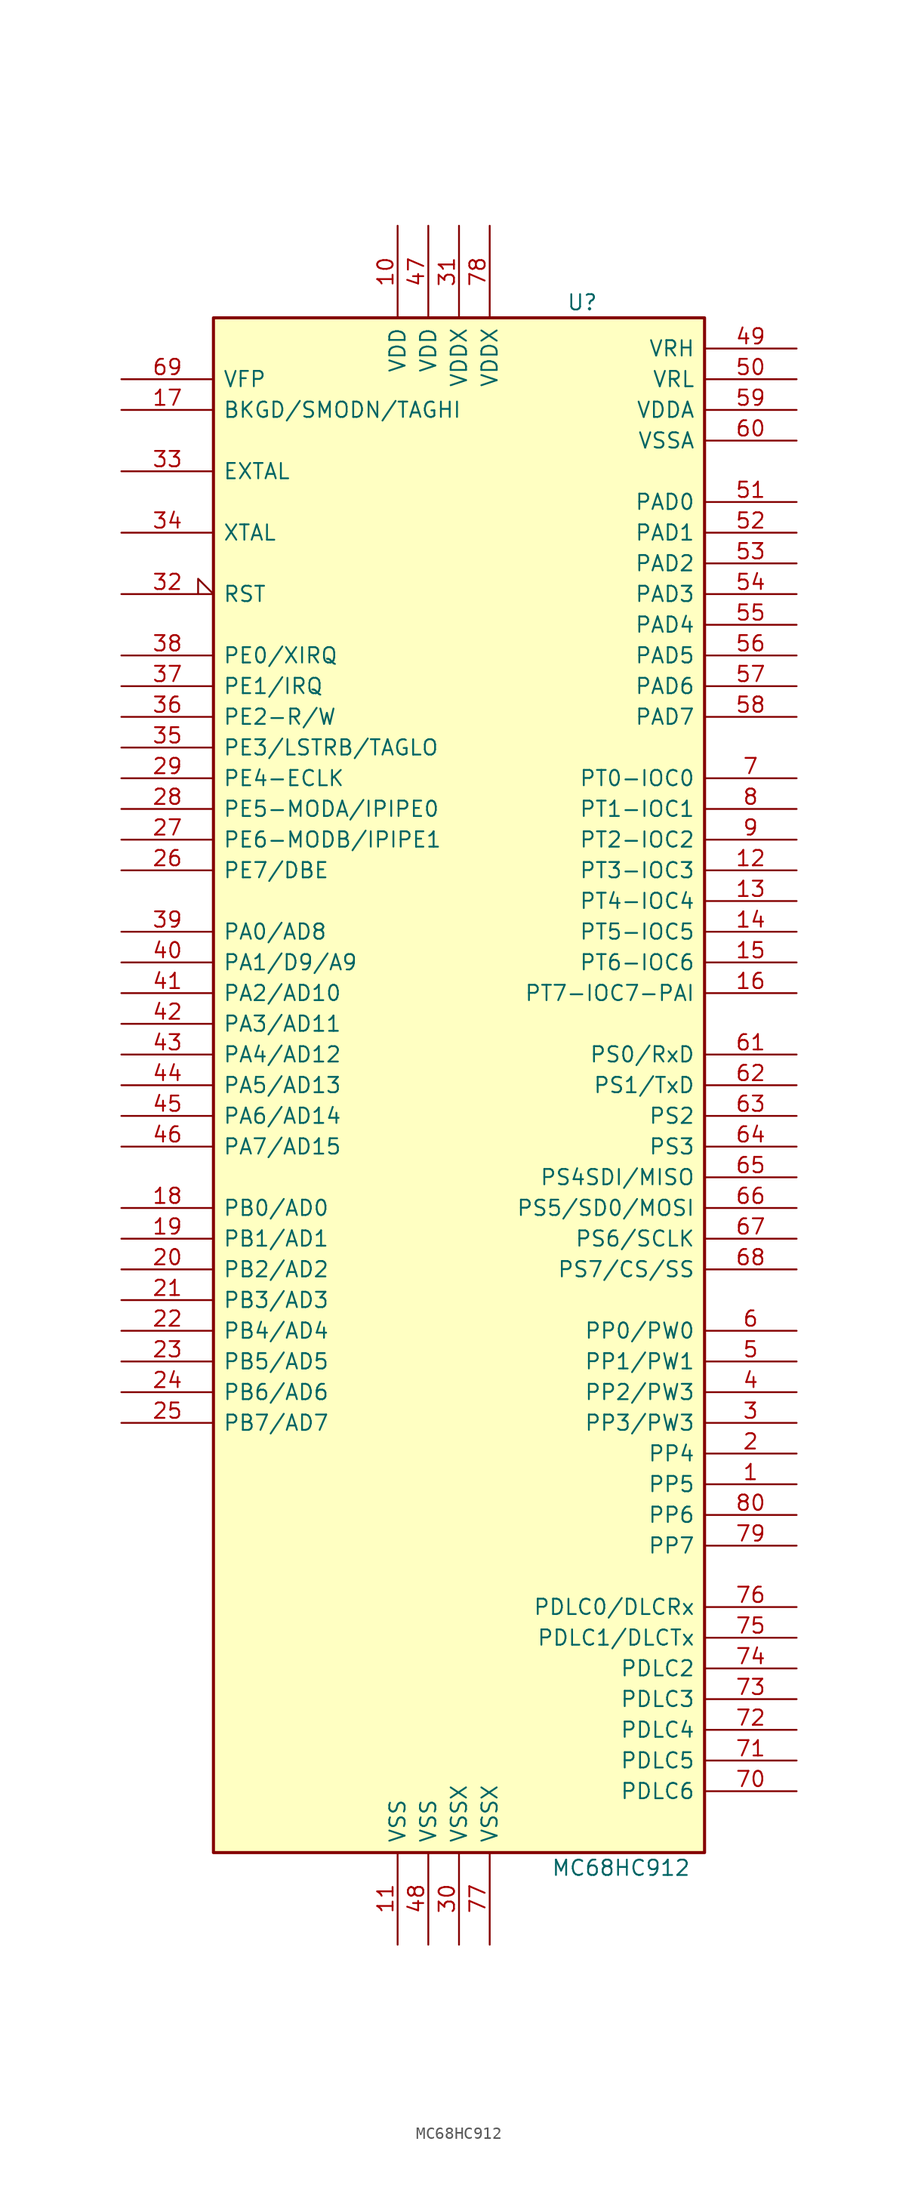
<source format=kicad_sym>
(kicad_symbol_lib
  (version 20220914)
  (generator kicad_symbol_editor)
  (symbol "MC68HC912"
    (pin_names
      (offset 0.762))
    (property "Reference" "U"
      (at 8.89 67.31 0)
      (effects (font (size 1.27 1.27)) (justify left)))
    (property "Value" "MC68HC912"
      (at 7.62 -62.23 0)
      (effects (font (size 1.27 1.27)) (justify left)))
    (symbol "MC68HC912_0_1"
      (rectangle (start -20.32 -60.96) (end 20.32 66.04) (stroke (width 0.254) (type default)) (fill (type background))))
    (symbol "MC68HC912_1_1"
      (pin bidirectional line (at 27.94 -30.48 180) (length 7.62) (name "PP5" (effects (font (size 1.27 1.27)))) (number "1" (effects (font (size 1.27 1.27)))))
      (pin power_in line (at -5.08 73.66 270) (length 7.62) (name "VDD" (effects (font (size 1.27 1.27)))) (number "10" (effects (font (size 1.27 1.27)))))
      (pin power_in line (at -5.08 -68.58 90) (length 7.62) (name "VSS" (effects (font (size 1.27 1.27)))) (number "11" (effects (font (size 1.27 1.27)))))
      (pin bidirectional line (at 27.94 20.32 180) (length 7.62) (name "PT3-IOC3" (effects (font (size 1.27 1.27)))) (number "12" (effects (font (size 1.27 1.27)))))
      (pin bidirectional line (at 27.94 17.78 180) (length 7.62) (name "PT4-IOC4" (effects (font (size 1.27 1.27)))) (number "13" (effects (font (size 1.27 1.27)))))
      (pin bidirectional line (at 27.94 15.24 180) (length 7.62) (name "PT5-IOC5" (effects (font (size 1.27 1.27)))) (number "14" (effects (font (size 1.27 1.27)))))
      (pin bidirectional line (at 27.94 12.7 180) (length 7.62) (name "PT6-IOC6" (effects (font (size 1.27 1.27)))) (number "15" (effects (font (size 1.27 1.27)))))
      (pin bidirectional line (at 27.94 10.16 180) (length 7.62) (name "PT7-IOC7-PAI" (effects (font (size 1.27 1.27)))) (number "16" (effects (font (size 1.27 1.27)))))
      (pin bidirectional line (at -27.94 58.42 0) (length 7.62) (name "BKGD/SMODN/TAGHI" (effects (font (size 1.27 1.27)))) (number "17" (effects (font (size 1.27 1.27)))))
      (pin bidirectional line (at -27.94 -7.62 0) (length 7.62) (name "PB0/AD0" (effects (font (size 1.27 1.27)))) (number "18" (effects (font (size 1.27 1.27)))))
      (pin bidirectional line (at -27.94 -10.16 0) (length 7.62) (name "PB1/AD1" (effects (font (size 1.27 1.27)))) (number "19" (effects (font (size 1.27 1.27)))))
      (pin bidirectional line (at 27.94 -27.94 180) (length 7.62) (name "PP4" (effects (font (size 1.27 1.27)))) (number "2" (effects (font (size 1.27 1.27)))))
      (pin bidirectional line (at -27.94 -12.7 0) (length 7.62) (name "PB2/AD2" (effects (font (size 1.27 1.27)))) (number "20" (effects (font (size 1.27 1.27)))))
      (pin bidirectional line (at -27.94 -15.24 0) (length 7.62) (name "PB3/AD3" (effects (font (size 1.27 1.27)))) (number "21" (effects (font (size 1.27 1.27)))))
      (pin bidirectional line (at -27.94 -17.78 0) (length 7.62) (name "PB4/AD4" (effects (font (size 1.27 1.27)))) (number "22" (effects (font (size 1.27 1.27)))))
      (pin bidirectional line (at -27.94 -20.32 0) (length 7.62) (name "PB5/AD5" (effects (font (size 1.27 1.27)))) (number "23" (effects (font (size 1.27 1.27)))))
      (pin bidirectional line (at -27.94 -22.86 0) (length 7.62) (name "PB6/AD6" (effects (font (size 1.27 1.27)))) (number "24" (effects (font (size 1.27 1.27)))))
      (pin bidirectional line (at -27.94 -25.4 0) (length 7.62) (name "PB7/AD7" (effects (font (size 1.27 1.27)))) (number "25" (effects (font (size 1.27 1.27)))))
      (pin bidirectional line (at -27.94 20.32 0) (length 7.62) (name "PE7/DBE" (effects (font (size 1.27 1.27)))) (number "26" (effects (font (size 1.27 1.27)))))
      (pin bidirectional line (at -27.94 22.86 0) (length 7.62) (name "PE6-MODB/IPIPE1" (effects (font (size 1.27 1.27)))) (number "27" (effects (font (size 1.27 1.27)))))
      (pin bidirectional line (at -27.94 25.4 0) (length 7.62) (name "PE5-MODA/IPIPE0" (effects (font (size 1.27 1.27)))) (number "28" (effects (font (size 1.27 1.27)))))
      (pin bidirectional line (at -27.94 27.94 0) (length 7.62) (name "PE4-ECLK" (effects (font (size 1.27 1.27)))) (number "29" (effects (font (size 1.27 1.27)))))
      (pin bidirectional line (at 27.94 -25.4 180) (length 7.62) (name "PP3/PW3" (effects (font (size 1.27 1.27)))) (number "3" (effects (font (size 1.27 1.27)))))
      (pin power_in line (at 0 -68.58 90) (length 7.62) (name "VSSX" (effects (font (size 1.27 1.27)))) (number "30" (effects (font (size 1.27 1.27)))))
      (pin power_in line (at 0 73.66 270) (length 7.62) (name "VDDX" (effects (font (size 1.27 1.27)))) (number "31" (effects (font (size 1.27 1.27)))))
      (pin bidirectional input_low (at -27.94 43.18 0) (length 7.62) (name "RST" (effects (font (size 1.27 1.27)))) (number "32" (effects (font (size 1.27 1.27)))))
      (pin input line (at -27.94 53.34 0) (length 7.62) (name "EXTAL" (effects (font (size 1.27 1.27)))) (number "33" (effects (font (size 1.27 1.27)))))
      (pin output line (at -27.94 48.26 0) (length 7.62) (name "XTAL" (effects (font (size 1.27 1.27)))) (number "34" (effects (font (size 1.27 1.27)))))
      (pin bidirectional line (at -27.94 30.48 0) (length 7.62) (name "PE3/LSTRB/TAGLO" (effects (font (size 1.27 1.27)))) (number "35" (effects (font (size 1.27 1.27)))))
      (pin bidirectional line (at -27.94 33.02 0) (length 7.62) (name "PE2-R/W" (effects (font (size 1.27 1.27)))) (number "36" (effects (font (size 1.27 1.27)))))
      (pin input line (at -27.94 35.56 0) (length 7.62) (name "PE1/IRQ" (effects (font (size 1.27 1.27)))) (number "37" (effects (font (size 1.27 1.27)))))
      (pin input line (at -27.94 38.1 0) (length 7.62) (name "PE0/XIRQ" (effects (font (size 1.27 1.27)))) (number "38" (effects (font (size 1.27 1.27)))))
      (pin bidirectional line (at -27.94 15.24 0) (length 7.62) (name "PA0/AD8" (effects (font (size 1.27 1.27)))) (number "39" (effects (font (size 1.27 1.27)))))
      (pin bidirectional line (at 27.94 -22.86 180) (length 7.62) (name "PP2/PW3" (effects (font (size 1.27 1.27)))) (number "4" (effects (font (size 1.27 1.27)))))
      (pin bidirectional line (at -27.94 12.7 0) (length 7.62) (name "PA1/D9/A9" (effects (font (size 1.27 1.27)))) (number "40" (effects (font (size 1.27 1.27)))))
      (pin bidirectional line (at -27.94 10.16 0) (length 7.62) (name "PA2/AD10" (effects (font (size 1.27 1.27)))) (number "41" (effects (font (size 1.27 1.27)))))
      (pin bidirectional line (at -27.94 7.62 0) (length 7.62) (name "PA3/AD11" (effects (font (size 1.27 1.27)))) (number "42" (effects (font (size 1.27 1.27)))))
      (pin bidirectional line (at -27.94 5.08 0) (length 7.62) (name "PA4/AD12" (effects (font (size 1.27 1.27)))) (number "43" (effects (font (size 1.27 1.27)))))
      (pin bidirectional line (at -27.94 2.54 0) (length 7.62) (name "PA5/AD13" (effects (font (size 1.27 1.27)))) (number "44" (effects (font (size 1.27 1.27)))))
      (pin bidirectional line (at -27.94 0 0) (length 7.62) (name "PA6/AD14" (effects (font (size 1.27 1.27)))) (number "45" (effects (font (size 1.27 1.27)))))
      (pin bidirectional line (at -27.94 -2.54 0) (length 7.62) (name "PA7/AD15" (effects (font (size 1.27 1.27)))) (number "46" (effects (font (size 1.27 1.27)))))
      (pin power_in line (at -2.54 73.66 270) (length 7.62) (name "VDD" (effects (font (size 1.27 1.27)))) (number "47" (effects (font (size 1.27 1.27)))))
      (pin power_in line (at -2.54 -68.58 90) (length 7.62) (name "VSS" (effects (font (size 1.27 1.27)))) (number "48" (effects (font (size 1.27 1.27)))))
      (pin input line (at 27.94 63.5 180) (length 7.62) (name "VRH" (effects (font (size 1.27 1.27)))) (number "49" (effects (font (size 1.27 1.27)))))
      (pin bidirectional line (at 27.94 -20.32 180) (length 7.62) (name "PP1/PW1" (effects (font (size 1.27 1.27)))) (number "5" (effects (font (size 1.27 1.27)))))
      (pin input line (at 27.94 60.96 180) (length 7.62) (name "VRL" (effects (font (size 1.27 1.27)))) (number "50" (effects (font (size 1.27 1.27)))))
      (pin input line (at 27.94 50.8 180) (length 7.62) (name "PAD0" (effects (font (size 1.27 1.27)))) (number "51" (effects (font (size 1.27 1.27)))))
      (pin input line (at 27.94 48.26 180) (length 7.62) (name "PAD1" (effects (font (size 1.27 1.27)))) (number "52" (effects (font (size 1.27 1.27)))))
      (pin input line (at 27.94 45.72 180) (length 7.62) (name "PAD2" (effects (font (size 1.27 1.27)))) (number "53" (effects (font (size 1.27 1.27)))))
      (pin input line (at 27.94 43.18 180) (length 7.62) (name "PAD3" (effects (font (size 1.27 1.27)))) (number "54" (effects (font (size 1.27 1.27)))))
      (pin input line (at 27.94 40.64 180) (length 7.62) (name "PAD4" (effects (font (size 1.27 1.27)))) (number "55" (effects (font (size 1.27 1.27)))))
      (pin input line (at 27.94 38.1 180) (length 7.62) (name "PAD5" (effects (font (size 1.27 1.27)))) (number "56" (effects (font (size 1.27 1.27)))))
      (pin input line (at 27.94 35.56 180) (length 7.62) (name "PAD6" (effects (font (size 1.27 1.27)))) (number "57" (effects (font (size 1.27 1.27)))))
      (pin input line (at 27.94 33.02 180) (length 7.62) (name "PAD7" (effects (font (size 1.27 1.27)))) (number "58" (effects (font (size 1.27 1.27)))))
      (pin input line (at 27.94 58.42 180) (length 7.62) (name "VDDA" (effects (font (size 1.27 1.27)))) (number "59" (effects (font (size 1.27 1.27)))))
      (pin bidirectional line (at 27.94 -17.78 180) (length 7.62) (name "PP0/PW0" (effects (font (size 1.27 1.27)))) (number "6" (effects (font (size 1.27 1.27)))))
      (pin input line (at 27.94 55.88 180) (length 7.62) (name "VSSA" (effects (font (size 1.27 1.27)))) (number "60" (effects (font (size 1.27 1.27)))))
      (pin bidirectional line (at 27.94 5.08 180) (length 7.62) (name "PS0/RxD" (effects (font (size 1.27 1.27)))) (number "61" (effects (font (size 1.27 1.27)))))
      (pin bidirectional line (at 27.94 2.54 180) (length 7.62) (name "PS1/TxD" (effects (font (size 1.27 1.27)))) (number "62" (effects (font (size 1.27 1.27)))))
      (pin bidirectional line (at 27.94 0 180) (length 7.62) (name "PS2" (effects (font (size 1.27 1.27)))) (number "63" (effects (font (size 1.27 1.27)))))
      (pin bidirectional line (at 27.94 -2.54 180) (length 7.62) (name "PS3" (effects (font (size 1.27 1.27)))) (number "64" (effects (font (size 1.27 1.27)))))
      (pin bidirectional line (at 27.94 -5.08 180) (length 7.62) (name "PS4SDI/MISO" (effects (font (size 1.27 1.27)))) (number "65" (effects (font (size 1.27 1.27)))))
      (pin bidirectional line (at 27.94 -7.62 180) (length 7.62) (name "PS5/SD0/MOSI" (effects (font (size 1.27 1.27)))) (number "66" (effects (font (size 1.27 1.27)))))
      (pin bidirectional line (at 27.94 -10.16 180) (length 7.62) (name "PS6/SCLK" (effects (font (size 1.27 1.27)))) (number "67" (effects (font (size 1.27 1.27)))))
      (pin bidirectional line (at 27.94 -12.7 180) (length 7.62) (name "PS7/CS/SS" (effects (font (size 1.27 1.27)))) (number "68" (effects (font (size 1.27 1.27)))))
      (pin input line (at -27.94 60.96 0) (length 7.62) (name "VFP" (effects (font (size 1.27 1.27)))) (number "69" (effects (font (size 1.27 1.27)))))
      (pin bidirectional line (at 27.94 27.94 180) (length 7.62) (name "PT0-IOC0" (effects (font (size 1.27 1.27)))) (number "7" (effects (font (size 1.27 1.27)))))
      (pin bidirectional line (at 27.94 -55.88 180) (length 7.62) (name "PDLC6" (effects (font (size 1.27 1.27)))) (number "70" (effects (font (size 1.27 1.27)))))
      (pin bidirectional line (at 27.94 -53.34 180) (length 7.62) (name "PDLC5" (effects (font (size 1.27 1.27)))) (number "71" (effects (font (size 1.27 1.27)))))
      (pin bidirectional line (at 27.94 -50.8 180) (length 7.62) (name "PDLC4" (effects (font (size 1.27 1.27)))) (number "72" (effects (font (size 1.27 1.27)))))
      (pin bidirectional line (at 27.94 -48.26 180) (length 7.62) (name "PDLC3" (effects (font (size 1.27 1.27)))) (number "73" (effects (font (size 1.27 1.27)))))
      (pin bidirectional line (at 27.94 -45.72 180) (length 7.62) (name "PDLC2" (effects (font (size 1.27 1.27)))) (number "74" (effects (font (size 1.27 1.27)))))
      (pin bidirectional line (at 27.94 -43.18 180) (length 7.62) (name "PDLC1/DLCTx" (effects (font (size 1.27 1.27)))) (number "75" (effects (font (size 1.27 1.27)))))
      (pin bidirectional line (at 27.94 -40.64 180) (length 7.62) (name "PDLC0/DLCRx" (effects (font (size 1.27 1.27)))) (number "76" (effects (font (size 1.27 1.27)))))
      (pin power_in line (at 2.54 -68.58 90) (length 7.62) (name "VSSX" (effects (font (size 1.27 1.27)))) (number "77" (effects (font (size 1.27 1.27)))))
      (pin power_in line (at 2.54 73.66 270) (length 7.62) (name "VDDX" (effects (font (size 1.27 1.27)))) (number "78" (effects (font (size 1.27 1.27)))))
      (pin bidirectional line (at 27.94 -35.56 180) (length 7.62) (name "PP7" (effects (font (size 1.27 1.27)))) (number "79" (effects (font (size 1.27 1.27)))))
      (pin bidirectional line (at 27.94 25.4 180) (length 7.62) (name "PT1-IOC1" (effects (font (size 1.27 1.27)))) (number "8" (effects (font (size 1.27 1.27)))))
      (pin bidirectional line (at 27.94 -33.02 180) (length 7.62) (name "PP6" (effects (font (size 1.27 1.27)))) (number "80" (effects (font (size 1.27 1.27)))))
      (pin bidirectional line (at 27.94 22.86 180) (length 7.62) (name "PT2-IOC2" (effects (font (size 1.27 1.27)))) (number "9" (effects (font (size 1.27 1.27))))))))
</source>
